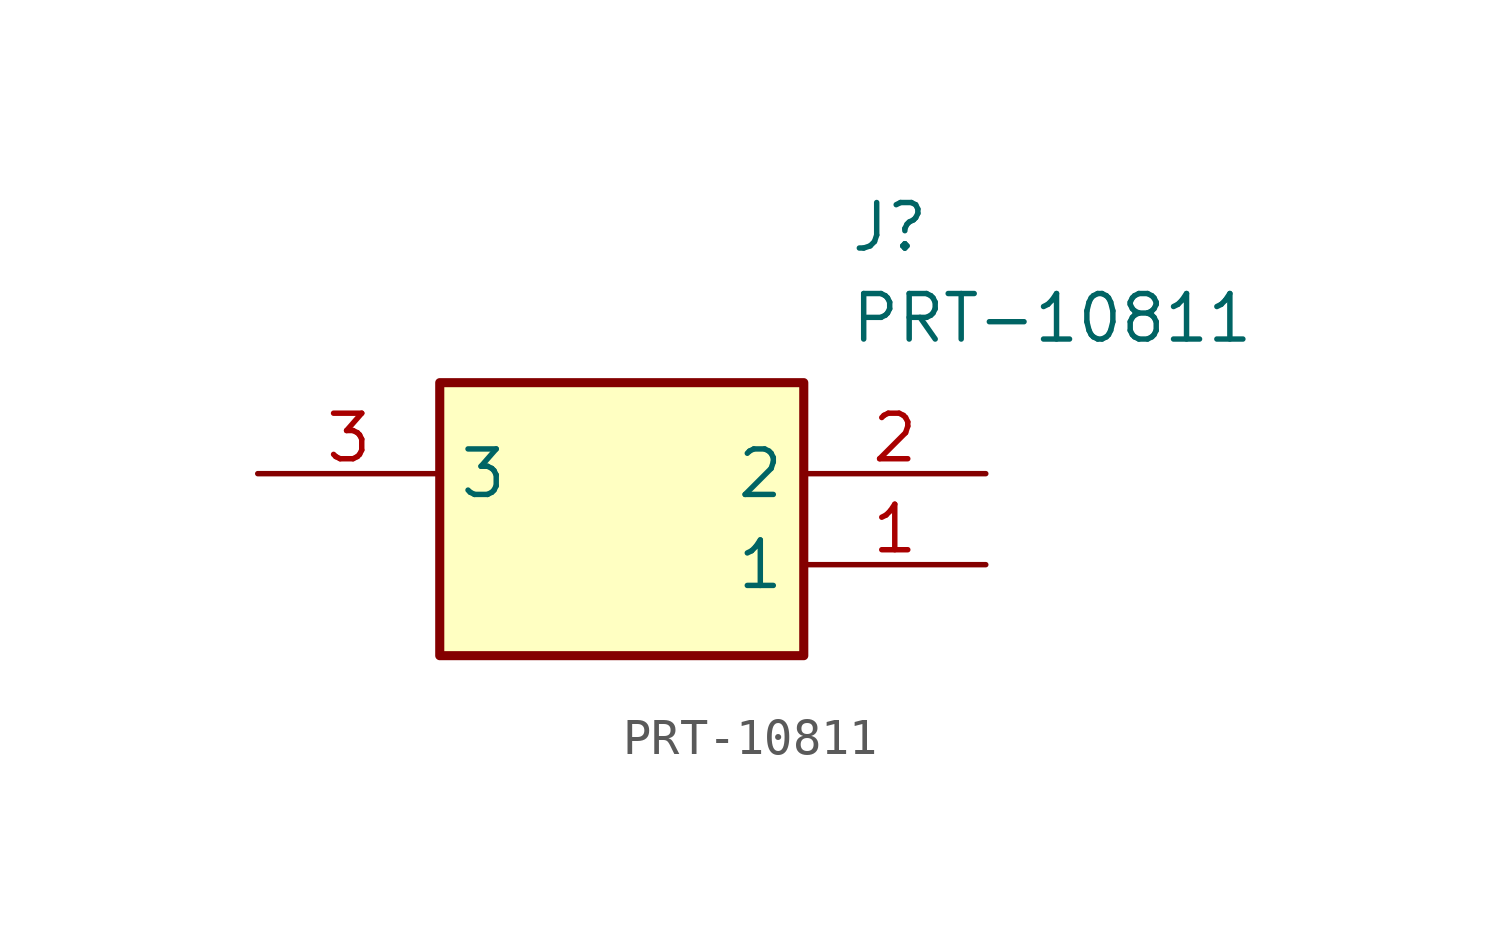
<source format=kicad_sym>
(kicad_symbol_lib
  (version 20211014)
  (generator SamacSys_ECAD_Model)
  (symbol "PRT-10811"
    (property "Reference" "J"
      (at 16.51 7.62 0)
      (effects (font (size 1.27 1.27)) (justify left top)))
    (property "Value" "PRT-10811"
      (at 16.51 5.08 0)
      (effects (font (size 1.27 1.27)) (justify left top)))
    (rectangle
      (start 5.08 2.54)
      (end 15.24 -5.08)
      (stroke (width 0.254) (type default))
      (fill (type background)))
    (pin passive line
      (at 20.32 -2.54 180)
      (length 5.08)
      (name "1" (effects (font (size 1.27 1.27))))
      (number "1" (effects (font (size 1.27 1.27)))))
    (pin passive line
      (at 20.32 0 180)
      (length 5.08)
      (name "2" (effects (font (size 1.27 1.27))))
      (number "2" (effects (font (size 1.27 1.27)))))
    (pin passive line
      (at 0 0 0)
      (length 5.08)
      (name "3" (effects (font (size 1.27 1.27))))
      (number "3" (effects (font (size 1.27 1.27)))))))
</source>
